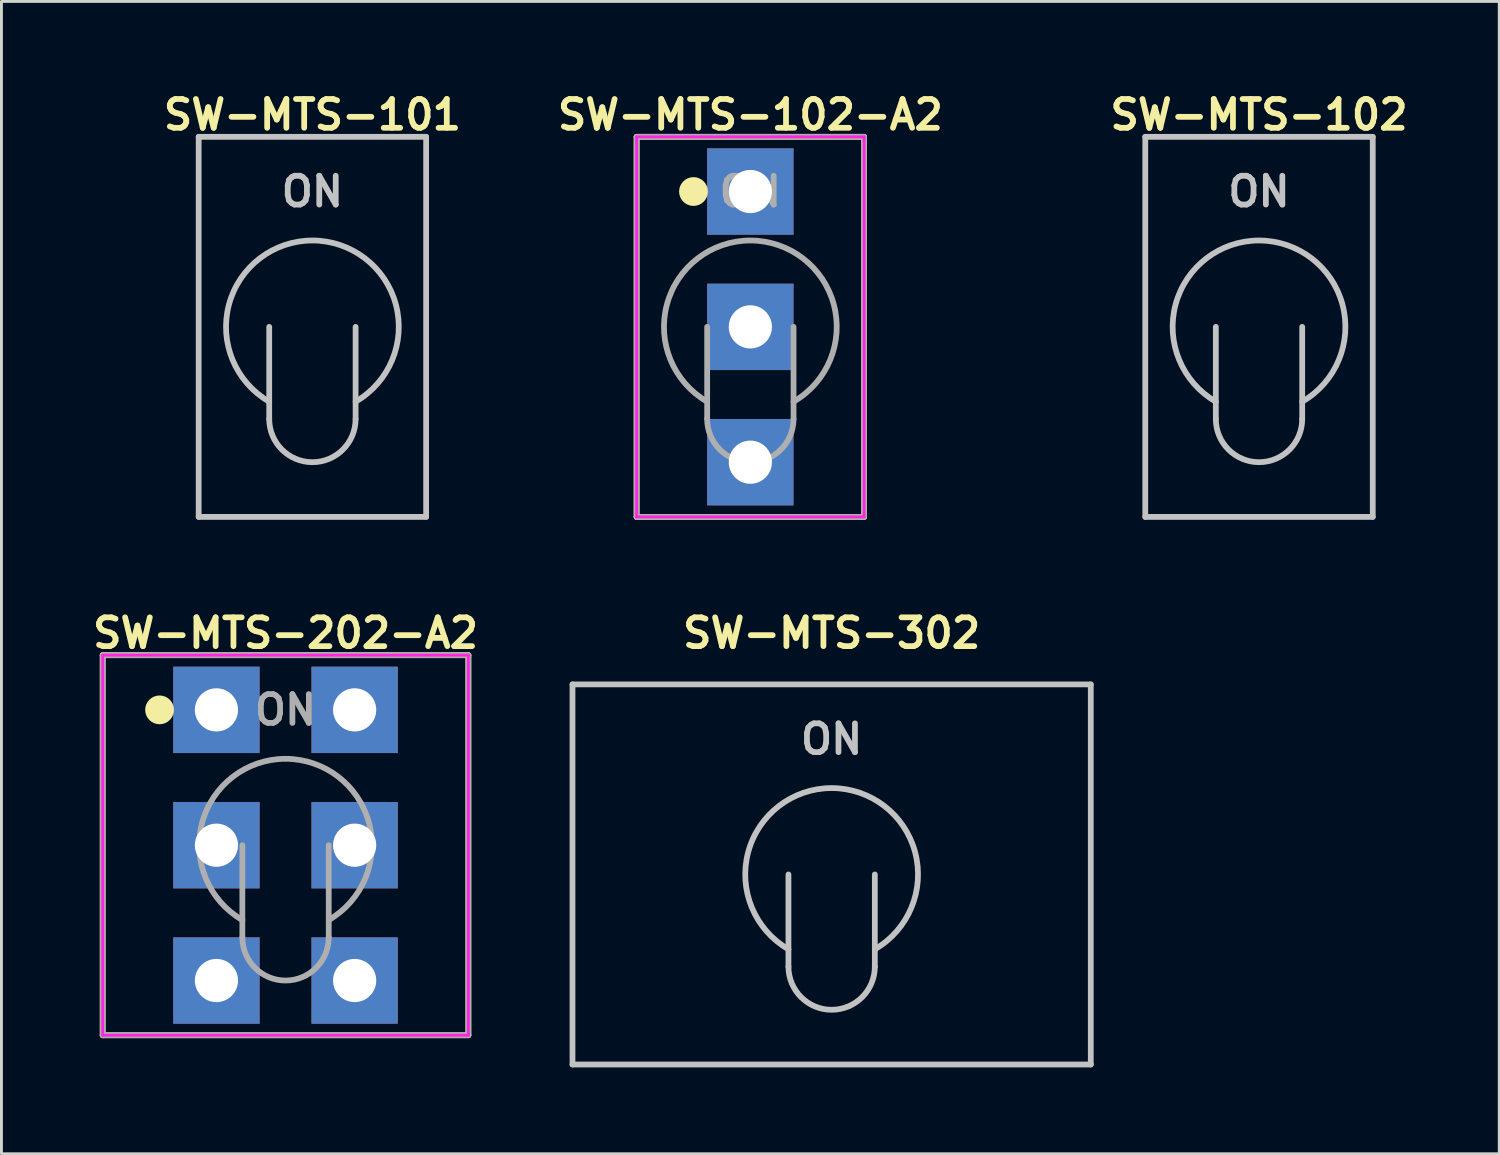
<source format=kicad_pcb>
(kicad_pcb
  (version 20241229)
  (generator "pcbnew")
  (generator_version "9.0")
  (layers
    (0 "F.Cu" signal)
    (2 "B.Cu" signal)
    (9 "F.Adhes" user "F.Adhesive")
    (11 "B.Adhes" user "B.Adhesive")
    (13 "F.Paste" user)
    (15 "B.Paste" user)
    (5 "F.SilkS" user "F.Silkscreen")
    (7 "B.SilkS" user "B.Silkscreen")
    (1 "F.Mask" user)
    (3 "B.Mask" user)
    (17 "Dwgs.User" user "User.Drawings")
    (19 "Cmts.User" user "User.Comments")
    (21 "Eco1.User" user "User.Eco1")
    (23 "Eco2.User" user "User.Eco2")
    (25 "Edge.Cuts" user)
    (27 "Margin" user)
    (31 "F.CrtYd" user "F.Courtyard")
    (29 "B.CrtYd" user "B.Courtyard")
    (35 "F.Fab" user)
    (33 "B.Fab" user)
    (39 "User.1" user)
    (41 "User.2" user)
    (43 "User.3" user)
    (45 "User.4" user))
  (footprint "SW-MTS-102-A2"
    (layer "F.Cu")
    (at 23.01 8.302)
    (property "Reference" "SW-MTS-102-A2" (at 0 -7.366 0) (layer "F.SilkS") (effects (font (size 1 1) (thickness 0.2))))
    (attr through_hole)
    (fp_line (start -3.95 -6.6) (end -3.95 6.6) (stroke (width 0.2) (type solid)) (layer "F.SilkS"))
    (fp_line (start -3.95 -6.6) (end 3.95 -6.6) (stroke (width 0.2) (type solid)) (layer "F.SilkS"))
    (fp_line (start -3.95 6.6) (end 3.95 6.6) (stroke (width 0.2) (type solid)) (layer "F.SilkS"))
    (fp_line (start 3.95 -6.6) (end 3.95 6.6) (stroke (width 0.2) (type solid)) (layer "F.SilkS"))
    (fp_circle (center -1.975 -4.7) (end -1.725 -4.7) (stroke (width 0.5) (type solid)) (fill no) (layer "F.SilkS"))
    (fp_circle (center 0 0) (end 3.2 0) (stroke (width 0.4) (type solid)) (fill no) (layer "Eco1.User"))
    (fp_line (start -3.95 -6.6) (end -3.95 6.6) (stroke (width 0.1) (type solid)) (layer "F.CrtYd"))
    (fp_line (start -3.95 -6.6) (end 3.95 -6.6) (stroke (width 0.1) (type solid)) (layer "F.CrtYd"))
    (fp_line (start -3.95 6.6) (end 3.95 6.6) (stroke (width 0.1) (type solid)) (layer "F.CrtYd"))
    (fp_line (start 3.95 -6.6) (end 3.95 6.6) (stroke (width 0.1) (type solid)) (layer "F.CrtYd"))
    (fp_line (start -3.95 -6.6) (end -3.95 6.6) (stroke (width 0.2) (type solid)) (layer "F.Fab"))
    (fp_line (start -3.95 -6.6) (end 3.95 -6.6) (stroke (width 0.2) (type solid)) (layer "F.Fab"))
    (fp_line (start -3.95 6.6) (end 3.95 6.6) (stroke (width 0.2) (type solid)) (layer "F.Fab"))
    (fp_line (start -1.5 0) (end -1.5 3.2) (stroke (width 0.2) (type solid)) (layer "F.Fab"))
    (fp_line (start 1.5 0) (end 1.5 3.2) (stroke (width 0.2) (type solid)) (layer "F.Fab"))
    (fp_line (start 3.95 -6.6) (end 3.95 6.6) (stroke (width 0.2) (type solid)) (layer "F.Fab"))
    (fp_arc (start -1.5 2.598076) (mid 0 -3) (end 1.5 2.598076) (stroke (width 0.2) (type solid)) (layer "F.Fab"))
    (fp_arc (start 1.5 3.2) (mid 0 4.7) (end -1.5 3.2) (stroke (width 0.2) (type solid)) (layer "F.Fab"))
    (fp_text user "ON" (at 0 -4.7 0) (layer "F.Fab") (effects (font (size 1 1) (thickness 0.2))))
    (pad "COM" thru_hole rect (at 0 0) (size 3 3) (drill 1.5) (layers "B.Cu" "B.Mask"))
    (pad "NC" thru_hole rect (at 0 -4.7) (size 3 3) (drill 1.5) (layers "B.Cu" "B.Mask"))
    (pad "NO" thru_hole rect (at 0 4.7) (size 3 3) (drill 1.5) (layers "B.Cu" "B.Mask")))
  (footprint "SW-MTS-102"
    (layer "F.Cu")
    (at 40.676 8.302)
    (property "Reference" "SW-MTS-102" (at 0 -7.366 0) (layer "F.SilkS") (effects (font (size 1 1) (thickness 0.2))))
    (attr through_hole)
    (fp_line (start -3.95 -6.6) (end -3.95 6.6) (stroke (width 0.2) (type solid)) (layer "Dwgs.User"))
    (fp_line (start -3.95 -6.6) (end 3.95 -6.6) (stroke (width 0.2) (type solid)) (layer "Dwgs.User"))
    (fp_line (start -3.95 6.6) (end 3.95 6.6) (stroke (width 0.2) (type solid)) (layer "Dwgs.User"))
    (fp_line (start -1.5 0) (end -1.5 3.2) (stroke (width 0.2) (type solid)) (layer "Dwgs.User"))
    (fp_line (start 1.5 0) (end 1.5 3.2) (stroke (width 0.2) (type solid)) (layer "Dwgs.User"))
    (fp_line (start 3.95 -6.6) (end 3.95 6.6) (stroke (width 0.2) (type solid)) (layer "Dwgs.User"))
    (fp_arc (start -1.5 2.598076) (mid 0 -3) (end 1.5 2.598076) (stroke (width 0.2) (type solid)) (layer "Dwgs.User"))
    (fp_arc (start 1.5 3.2) (mid 0 4.7) (end -1.5 3.2) (stroke (width 0.2) (type solid)) (layer "Dwgs.User"))
    (fp_circle (center -6.4 0) (end -5.2 0) (stroke (width 0.4) (type solid)) (fill no) (layer "Eco1.User"))
    (fp_circle (center 0 0) (end 3.2 0) (stroke (width 0.4) (type solid)) (fill no) (layer "Eco1.User"))
    (fp_text user "ON" (at 0 -4.7 0) (layer "Dwgs.User") (effects (font (size 1 1) (thickness 0.2)))))
  (footprint "SW-MTS-101"
    (layer "F.Cu")
    (at 7.8 8.302)
    (property "Reference" "SW-MTS-101" (at 0 -7.366 0) (layer "F.SilkS") (effects (font (size 1 1) (thickness 0.2))))
    (attr through_hole)
    (fp_line (start -3.95 -6.6) (end -3.95 6.6) (stroke (width 0.2) (type solid)) (layer "Dwgs.User"))
    (fp_line (start -3.95 -6.6) (end 3.95 -6.6) (stroke (width 0.2) (type solid)) (layer "Dwgs.User"))
    (fp_line (start -3.95 6.6) (end 3.95 6.6) (stroke (width 0.2) (type solid)) (layer "Dwgs.User"))
    (fp_line (start -1.5 0) (end -1.5 3.2) (stroke (width 0.2) (type solid)) (layer "Dwgs.User"))
    (fp_line (start 1.5 0) (end 1.5 3.2) (stroke (width 0.2) (type solid)) (layer "Dwgs.User"))
    (fp_line (start 3.95 -6.6) (end 3.95 6.6) (stroke (width 0.2) (type solid)) (layer "Dwgs.User"))
    (fp_arc (start -1.5 2.598076) (mid 0 -3) (end 1.5 2.598076) (stroke (width 0.2) (type solid)) (layer "Dwgs.User"))
    (fp_arc (start 1.5 3.2) (mid 0 4.7) (end -1.5 3.2) (stroke (width 0.2) (type solid)) (layer "Dwgs.User"))
    (fp_circle (center -6.4 0) (end -5.2 0) (stroke (width 0.4) (type solid)) (fill no) (layer "Eco1.User"))
    (fp_circle (center 0 0) (end 3.2 0) (stroke (width 0.4) (type solid)) (fill no) (layer "Eco1.User"))
    (fp_text user "ON" (at 0 -4.7 0) (layer "Dwgs.User") (effects (font (size 1 1) (thickness 0.2)))))
  (footprint "SW-MTS-202-A2"
    (layer "F.Cu")
    (at 6.867 26.304)
    (property "Reference" "SW-MTS-202-A2" (at 0 -7.366 0) (layer "F.SilkS") (effects (font (size 1 1) (thickness 0.2))))
    (attr through_hole)
    (fp_line (start -6.35 -6.6) (end -6.35 6.6) (stroke (width 0.2) (type solid)) (layer "F.SilkS"))
    (fp_line (start -6.35 -6.6) (end 6.35 -6.6) (stroke (width 0.2) (type solid)) (layer "F.SilkS"))
    (fp_line (start -6.35 6.6) (end 6.35 6.6) (stroke (width 0.2) (type solid)) (layer "F.SilkS"))
    (fp_line (start 6.35 -6.6) (end 6.35 6.6) (stroke (width 0.2) (type solid)) (layer "F.SilkS"))
    (fp_circle (center -4.375 -4.7) (end -4.125 -4.7) (stroke (width 0.5) (type solid)) (fill no) (layer "F.SilkS"))
    (fp_circle (center 0 0) (end 3.2 0) (stroke (width 0.4) (type solid)) (fill no) (layer "Eco1.User"))
    (fp_line (start -6.35 -6.6) (end -6.35 6.6) (stroke (width 0.1) (type solid)) (layer "F.CrtYd"))
    (fp_line (start -6.35 -6.6) (end 6.35 -6.6) (stroke (width 0.1) (type solid)) (layer "F.CrtYd"))
    (fp_line (start -6.35 6.6) (end 6.35 6.6) (stroke (width 0.1) (type solid)) (layer "F.CrtYd"))
    (fp_line (start 6.35 -6.6) (end 6.35 6.6) (stroke (width 0.1) (type solid)) (layer "F.CrtYd"))
    (fp_line (start -6.35 -6.6) (end -6.35 6.6) (stroke (width 0.2) (type solid)) (layer "F.Fab"))
    (fp_line (start -6.35 -6.6) (end 6.35 -6.6) (stroke (width 0.2) (type solid)) (layer "F.Fab"))
    (fp_line (start -6.35 6.6) (end 6.35 6.6) (stroke (width 0.2) (type solid)) (layer "F.Fab"))
    (fp_line (start -1.5 0) (end -1.5 3.2) (stroke (width 0.2) (type solid)) (layer "F.Fab"))
    (fp_line (start 1.5 0) (end 1.5 3.2) (stroke (width 0.2) (type solid)) (layer "F.Fab"))
    (fp_line (start 6.35 -6.6) (end 6.35 6.6) (stroke (width 0.2) (type solid)) (layer "F.Fab"))
    (fp_arc (start -1.5 2.598076) (mid 0 -3) (end 1.5 2.598076) (stroke (width 0.2) (type solid)) (layer "F.Fab"))
    (fp_arc (start 1.5 3.2) (mid 0 4.7) (end -1.5 3.2) (stroke (width 0.2) (type solid)) (layer "F.Fab"))
    (fp_text user "ON" (at 0 -4.7 0) (layer "F.Fab") (effects (font (size 1 1) (thickness 0.2))))
    (pad "COM1" thru_hole rect (at -2.4 0) (size 3 3) (drill 1.5) (layers "B.Cu" "B.Mask"))
    (pad "COM2" thru_hole rect (at 2.4 0) (size 3 3) (drill 1.5) (layers "B.Cu" "B.Mask"))
    (pad "NC1" thru_hole rect (at -2.4 -4.7) (size 3 3) (drill 1.5) (layers "B.Cu" "B.Mask"))
    (pad "NC2" thru_hole rect (at 2.4 -4.7) (size 3 3) (drill 1.5) (layers "B.Cu" "B.Mask"))
    (pad "NO1" thru_hole rect (at -2.4 4.7) (size 3 3) (drill 1.5) (layers "B.Cu" "B.Mask"))
    (pad "NO2" thru_hole rect (at 2.4 4.7) (size 3 3) (drill 1.5) (layers "B.Cu" "B.Mask")))
  (footprint "SW-MTS-302"
    (layer "F.Cu")
    (at 25.833 27.32)
    (property "Reference" "SW-MTS-302" (at 0 -8.382 0) (layer "F.SilkS") (effects (font (size 1 1) (thickness 0.2))))
    (attr through_hole)
    (fp_line (start -9 -6.6) (end -9 6.6) (stroke (width 0.2) (type solid)) (layer "Dwgs.User"))
    (fp_line (start -9 -6.6) (end 9 -6.6) (stroke (width 0.2) (type solid)) (layer "Dwgs.User"))
    (fp_line (start -9 6.6) (end 9 6.6) (stroke (width 0.2) (type solid)) (layer "Dwgs.User"))
    (fp_line (start -1.5 0) (end -1.5 3.2) (stroke (width 0.2) (type solid)) (layer "Dwgs.User"))
    (fp_line (start 1.5 0) (end 1.5 3.2) (stroke (width 0.2) (type solid)) (layer "Dwgs.User"))
    (fp_line (start 9 -6.6) (end 9 6.6) (stroke (width 0.2) (type solid)) (layer "Dwgs.User"))
    (fp_arc (start -1.5 2.598076) (mid 0 -3) (end 1.5 2.598076) (stroke (width 0.2) (type solid)) (layer "Dwgs.User"))
    (fp_arc (start 1.5 3.2) (mid 0 4.7) (end -1.5 3.2) (stroke (width 0.2) (type solid)) (layer "Dwgs.User"))
    (fp_circle (center 0 -6.4) (end 1.2 -6.4) (stroke (width 0.4) (type solid)) (fill no) (layer "Eco1.User"))
    (fp_circle (center 0 0) (end 3.2 0) (stroke (width 0.4) (type solid)) (fill no) (layer "Eco1.User"))
    (fp_text user "ON" (at 0 -4.7 0) (layer "Dwgs.User") (effects (font (size 1 1) (thickness 0.2)))))
  (gr_rect
    (start -3 -3)
    (end 49.019 37.02)
    (stroke (width 0.1) (type default))
    (fill no)
    (layer "Edge.Cuts")))
</source>
